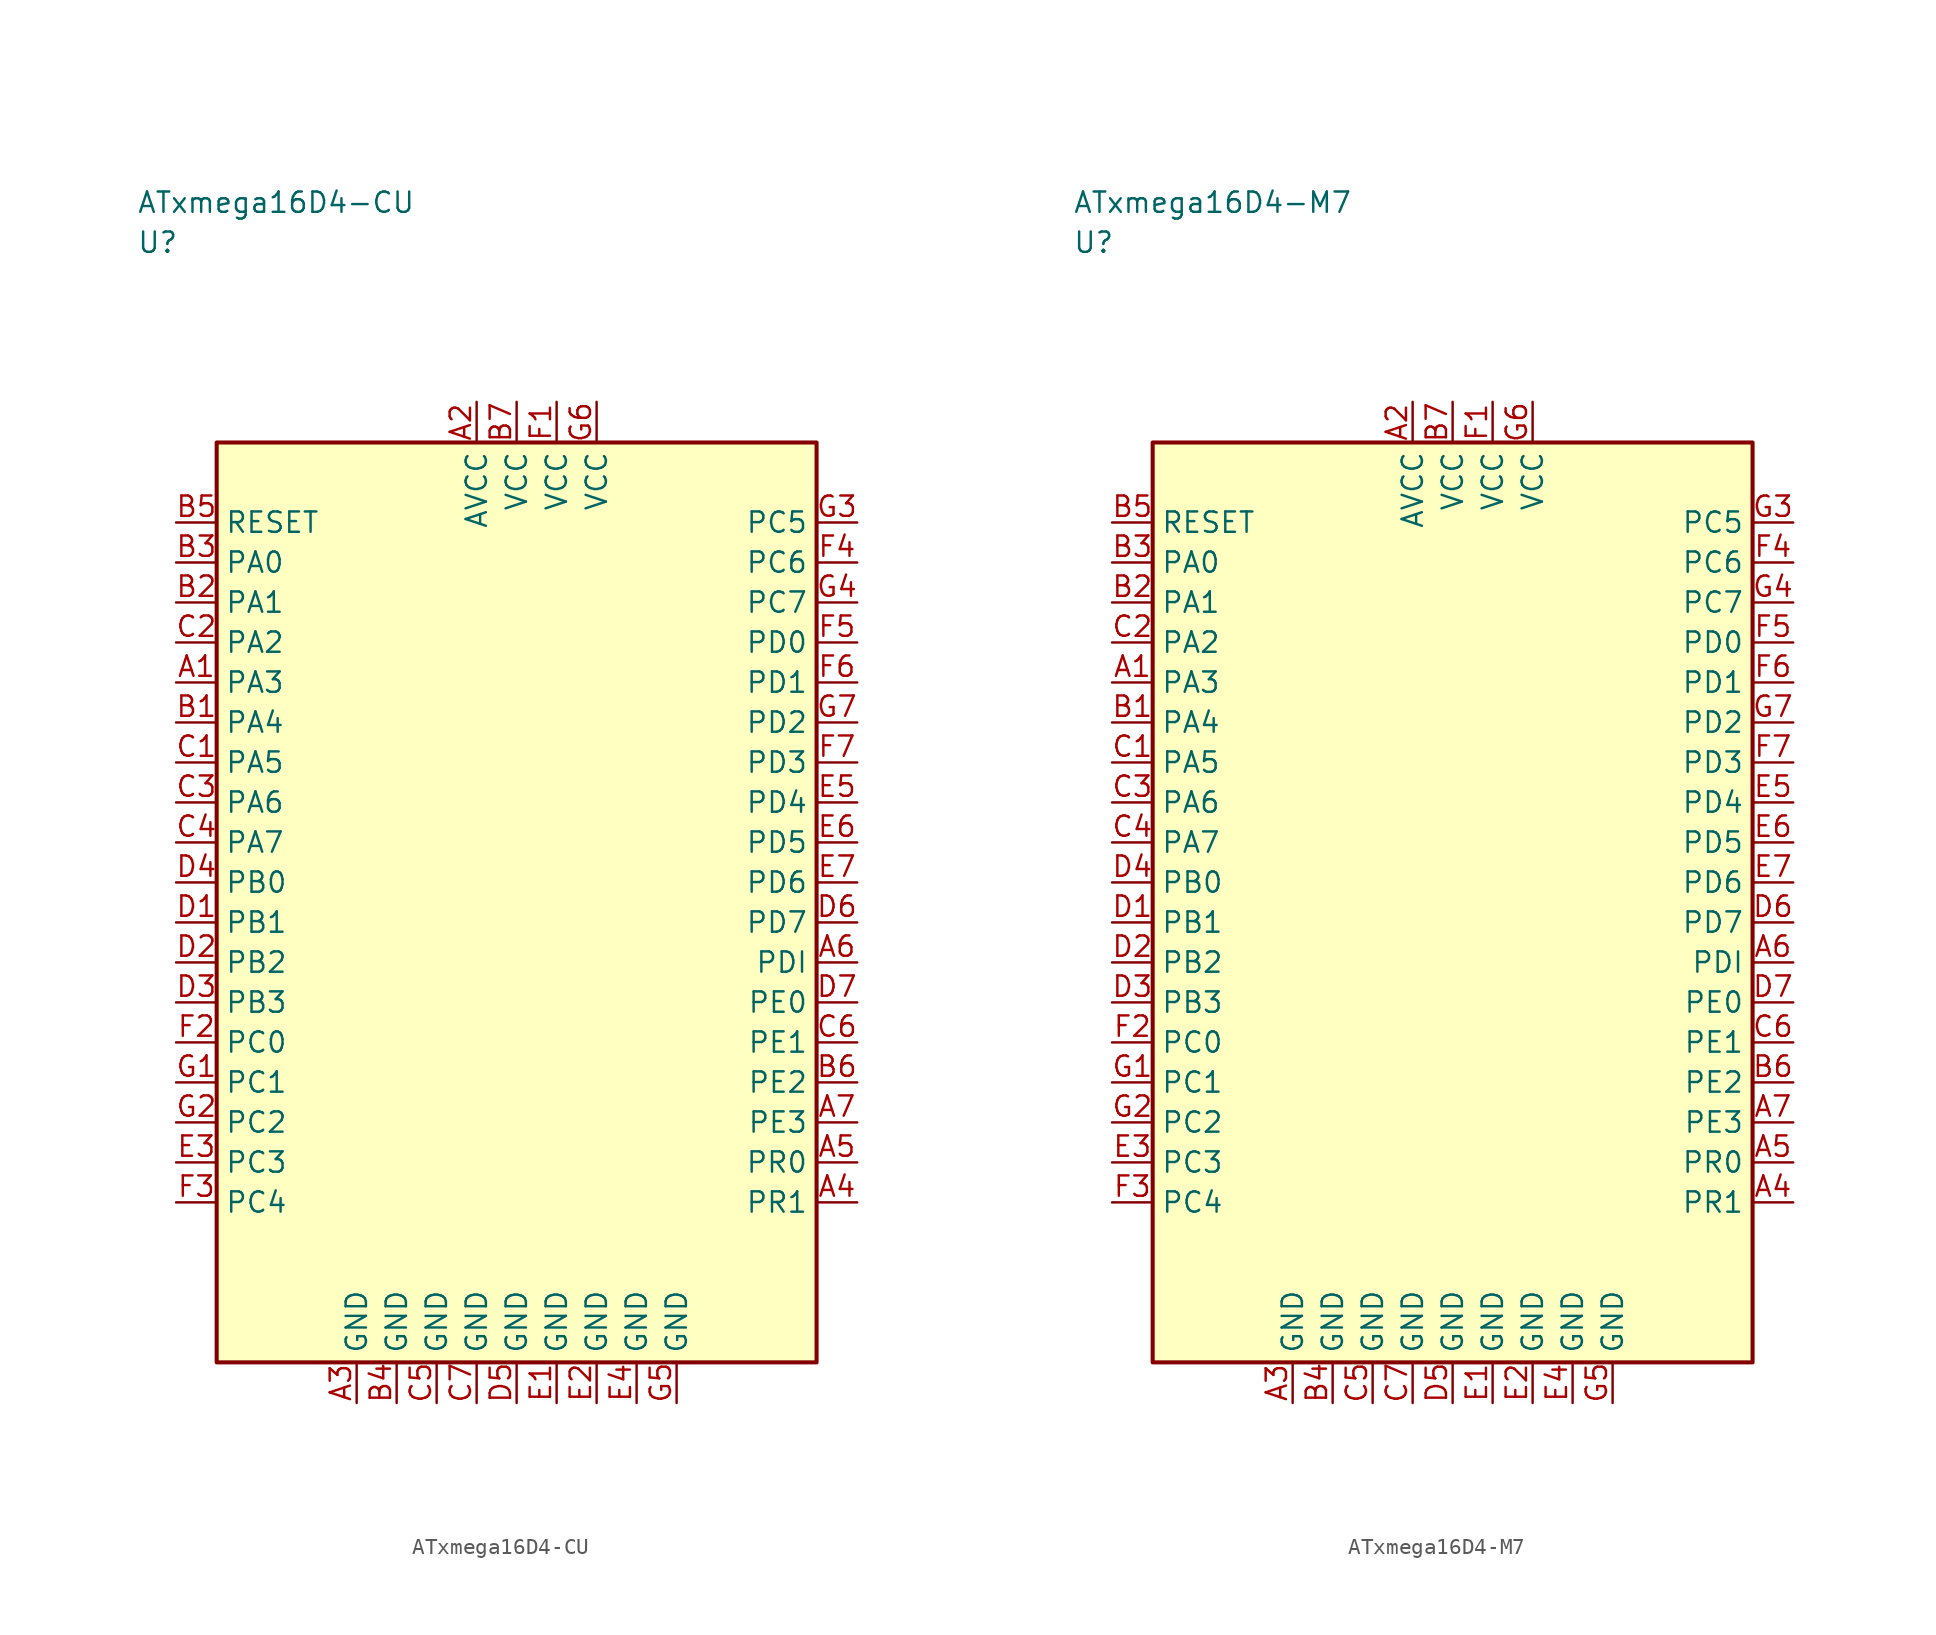
<source format=kicad_sym>
(kicad_symbol_lib
  (version 20241025)
  (generator "kicad_symbol_editor")
  (generator_version "8.0")
  (symbol "ATxmega16D4-CU"
    (property "Reference" "U"
      (at -23.75 41.25 0)
      (effects (font (size 1.27 1.27)) (justify left)))
    (property "Value" "ATxmega16D4-CU"
      (at -23.75 43.75 0)
      (effects (font (size 1.27 1.27)) (justify left)))
    (symbol "ATxmega16D4-CU_0_1"
      (rectangle (start -18.75 28.75) (end 18.75 -28.75) (stroke (width 0.254) (type default)) (fill (type background))))
    (symbol "ATxmega16D4-CU_1_1"
      (pin bidirectional line (at -21.29 13.75 0.0) (length 2.54) (name "PA3" (effects (font (size 1.27 1.27)))) (number "A1" (effects (font (size 1.27 1.27)))))
      (pin power_in line (at -2.5 31.29 270.0) (length 2.54) (name "AVCC" (effects (font (size 1.27 1.27)))) (number "A2" (effects (font (size 1.27 1.27)))))
      (pin passive line (at -10.0 -31.29 90.0) (length 2.54) (name "GND" (effects (font (size 1.27 1.27)))) (number "A3" (effects (font (size 1.27 1.27)))))
      (pin bidirectional line (at 21.29 -18.75 180.0) (length 2.54) (name "PR1" (effects (font (size 1.27 1.27)))) (number "A4" (effects (font (size 1.27 1.27)))))
      (pin bidirectional line (at 21.29 -16.25 180.0) (length 2.54) (name "PR0" (effects (font (size 1.27 1.27)))) (number "A5" (effects (font (size 1.27 1.27)))))
      (pin bidirectional line (at 21.29 -3.75 180.0) (length 2.54) (name "PDI" (effects (font (size 1.27 1.27)))) (number "A6" (effects (font (size 1.27 1.27)))))
      (pin bidirectional line (at 21.29 -13.75 180.0) (length 2.54) (name "PE3" (effects (font (size 1.27 1.27)))) (number "A7" (effects (font (size 1.27 1.27)))))
      (pin bidirectional line (at -21.29 11.25 0.0) (length 2.54) (name "PA4" (effects (font (size 1.27 1.27)))) (number "B1" (effects (font (size 1.27 1.27)))))
      (pin bidirectional line (at -21.29 18.75 0.0) (length 2.54) (name "PA1" (effects (font (size 1.27 1.27)))) (number "B2" (effects (font (size 1.27 1.27)))))
      (pin bidirectional line (at -21.29 21.25 0.0) (length 2.54) (name "PA0" (effects (font (size 1.27 1.27)))) (number "B3" (effects (font (size 1.27 1.27)))))
      (pin passive line (at -7.5 -31.29 90.0) (length 2.54) (name "GND" (effects (font (size 1.27 1.27)))) (number "B4" (effects (font (size 1.27 1.27)))))
      (pin input line (at -21.29 23.75 0.0) (length 2.54) (name "RESET" (effects (font (size 1.27 1.27)))) (number "B5" (effects (font (size 1.27 1.27)))))
      (pin bidirectional line (at 21.29 -11.25 180.0) (length 2.54) (name "PE2" (effects (font (size 1.27 1.27)))) (number "B6" (effects (font (size 1.27 1.27)))))
      (pin power_in line (at 0.0 31.29 270.0) (length 2.54) (name "VCC" (effects (font (size 1.27 1.27)))) (number "B7" (effects (font (size 1.27 1.27)))))
      (pin bidirectional line (at -21.29 8.75 0.0) (length 2.54) (name "PA5" (effects (font (size 1.27 1.27)))) (number "C1" (effects (font (size 1.27 1.27)))))
      (pin bidirectional line (at -21.29 16.25 0.0) (length 2.54) (name "PA2" (effects (font (size 1.27 1.27)))) (number "C2" (effects (font (size 1.27 1.27)))))
      (pin bidirectional line (at -21.29 6.25 0.0) (length 2.54) (name "PA6" (effects (font (size 1.27 1.27)))) (number "C3" (effects (font (size 1.27 1.27)))))
      (pin bidirectional line (at -21.29 3.75 0.0) (length 2.54) (name "PA7" (effects (font (size 1.27 1.27)))) (number "C4" (effects (font (size 1.27 1.27)))))
      (pin passive line (at -5.0 -31.29 90.0) (length 2.54) (name "GND" (effects (font (size 1.27 1.27)))) (number "C5" (effects (font (size 1.27 1.27)))))
      (pin bidirectional line (at 21.29 -8.75 180.0) (length 2.54) (name "PE1" (effects (font (size 1.27 1.27)))) (number "C6" (effects (font (size 1.27 1.27)))))
      (pin passive line (at -2.5 -31.29 90.0) (length 2.54) (name "GND" (effects (font (size 1.27 1.27)))) (number "C7" (effects (font (size 1.27 1.27)))))
      (pin bidirectional line (at -21.29 -1.25 0.0) (length 2.54) (name "PB1" (effects (font (size 1.27 1.27)))) (number "D1" (effects (font (size 1.27 1.27)))))
      (pin bidirectional line (at -21.29 -3.75 0.0) (length 2.54) (name "PB2" (effects (font (size 1.27 1.27)))) (number "D2" (effects (font (size 1.27 1.27)))))
      (pin bidirectional line (at -21.29 -6.25 0.0) (length 2.54) (name "PB3" (effects (font (size 1.27 1.27)))) (number "D3" (effects (font (size 1.27 1.27)))))
      (pin bidirectional line (at -21.29 1.25 0.0) (length 2.54) (name "PB0" (effects (font (size 1.27 1.27)))) (number "D4" (effects (font (size 1.27 1.27)))))
      (pin passive line (at 0.0 -31.29 90.0) (length 2.54) (name "GND" (effects (font (size 1.27 1.27)))) (number "D5" (effects (font (size 1.27 1.27)))))
      (pin bidirectional line (at 21.29 -1.25 180.0) (length 2.54) (name "PD7" (effects (font (size 1.27 1.27)))) (number "D6" (effects (font (size 1.27 1.27)))))
      (pin bidirectional line (at 21.29 -6.25 180.0) (length 2.54) (name "PE0" (effects (font (size 1.27 1.27)))) (number "D7" (effects (font (size 1.27 1.27)))))
      (pin passive line (at 2.5 -31.29 90.0) (length 2.54) (name "GND" (effects (font (size 1.27 1.27)))) (number "E1" (effects (font (size 1.27 1.27)))))
      (pin passive line (at 5.0 -31.29 90.0) (length 2.54) (name "GND" (effects (font (size 1.27 1.27)))) (number "E2" (effects (font (size 1.27 1.27)))))
      (pin bidirectional line (at -21.29 -16.25 0.0) (length 2.54) (name "PC3" (effects (font (size 1.27 1.27)))) (number "E3" (effects (font (size 1.27 1.27)))))
      (pin passive line (at 7.5 -31.29 90.0) (length 2.54) (name "GND" (effects (font (size 1.27 1.27)))) (number "E4" (effects (font (size 1.27 1.27)))))
      (pin bidirectional line (at 21.29 6.25 180.0) (length 2.54) (name "PD4" (effects (font (size 1.27 1.27)))) (number "E5" (effects (font (size 1.27 1.27)))))
      (pin bidirectional line (at 21.29 3.75 180.0) (length 2.54) (name "PD5" (effects (font (size 1.27 1.27)))) (number "E6" (effects (font (size 1.27 1.27)))))
      (pin bidirectional line (at 21.29 1.25 180.0) (length 2.54) (name "PD6" (effects (font (size 1.27 1.27)))) (number "E7" (effects (font (size 1.27 1.27)))))
      (pin power_in line (at 2.5 31.29 270.0) (length 2.54) (name "VCC" (effects (font (size 1.27 1.27)))) (number "F1" (effects (font (size 1.27 1.27)))))
      (pin bidirectional line (at -21.29 -8.75 0.0) (length 2.54) (name "PC0" (effects (font (size 1.27 1.27)))) (number "F2" (effects (font (size 1.27 1.27)))))
      (pin bidirectional line (at -21.29 -18.75 0.0) (length 2.54) (name "PC4" (effects (font (size 1.27 1.27)))) (number "F3" (effects (font (size 1.27 1.27)))))
      (pin bidirectional line (at 21.29 21.25 180.0) (length 2.54) (name "PC6" (effects (font (size 1.27 1.27)))) (number "F4" (effects (font (size 1.27 1.27)))))
      (pin bidirectional line (at 21.29 16.25 180.0) (length 2.54) (name "PD0" (effects (font (size 1.27 1.27)))) (number "F5" (effects (font (size 1.27 1.27)))))
      (pin bidirectional line (at 21.29 13.75 180.0) (length 2.54) (name "PD1" (effects (font (size 1.27 1.27)))) (number "F6" (effects (font (size 1.27 1.27)))))
      (pin bidirectional line (at 21.29 8.75 180.0) (length 2.54) (name "PD3" (effects (font (size 1.27 1.27)))) (number "F7" (effects (font (size 1.27 1.27)))))
      (pin bidirectional line (at -21.29 -11.25 0.0) (length 2.54) (name "PC1" (effects (font (size 1.27 1.27)))) (number "G1" (effects (font (size 1.27 1.27)))))
      (pin bidirectional line (at -21.29 -13.75 0.0) (length 2.54) (name "PC2" (effects (font (size 1.27 1.27)))) (number "G2" (effects (font (size 1.27 1.27)))))
      (pin bidirectional line (at 21.29 23.75 180.0) (length 2.54) (name "PC5" (effects (font (size 1.27 1.27)))) (number "G3" (effects (font (size 1.27 1.27)))))
      (pin bidirectional line (at 21.29 18.75 180.0) (length 2.54) (name "PC7" (effects (font (size 1.27 1.27)))) (number "G4" (effects (font (size 1.27 1.27)))))
      (pin passive line (at 10.0 -31.29 90.0) (length 2.54) (name "GND" (effects (font (size 1.27 1.27)))) (number "G5" (effects (font (size 1.27 1.27)))))
      (pin power_in line (at 5.0 31.29 270.0) (length 2.54) (name "VCC" (effects (font (size 1.27 1.27)))) (number "G6" (effects (font (size 1.27 1.27)))))
      (pin bidirectional line (at 21.29 11.25 180.0) (length 2.54) (name "PD2" (effects (font (size 1.27 1.27)))) (number "G7" (effects (font (size 1.27 1.27)))))))
  (symbol "ATxmega16D4-M7"
    (property "Reference" "U"
      (at -23.75 41.25 0)
      (effects (font (size 1.27 1.27)) (justify left)))
    (property "Value" "ATxmega16D4-M7"
      (at -23.75 43.75 0)
      (effects (font (size 1.27 1.27)) (justify left)))
    (symbol "ATxmega16D4-M7_0_1"
      (rectangle (start -18.75 28.75) (end 18.75 -28.75) (stroke (width 0.254) (type default)) (fill (type background))))
    (symbol "ATxmega16D4-M7_1_1"
      (pin bidirectional line (at -21.29 13.75 0.0) (length 2.54) (name "PA3" (effects (font (size 1.27 1.27)))) (number "A1" (effects (font (size 1.27 1.27)))))
      (pin power_in line (at -2.5 31.29 270.0) (length 2.54) (name "AVCC" (effects (font (size 1.27 1.27)))) (number "A2" (effects (font (size 1.27 1.27)))))
      (pin passive line (at -10.0 -31.29 90.0) (length 2.54) (name "GND" (effects (font (size 1.27 1.27)))) (number "A3" (effects (font (size 1.27 1.27)))))
      (pin bidirectional line (at 21.29 -18.75 180.0) (length 2.54) (name "PR1" (effects (font (size 1.27 1.27)))) (number "A4" (effects (font (size 1.27 1.27)))))
      (pin bidirectional line (at 21.29 -16.25 180.0) (length 2.54) (name "PR0" (effects (font (size 1.27 1.27)))) (number "A5" (effects (font (size 1.27 1.27)))))
      (pin bidirectional line (at 21.29 -3.75 180.0) (length 2.54) (name "PDI" (effects (font (size 1.27 1.27)))) (number "A6" (effects (font (size 1.27 1.27)))))
      (pin bidirectional line (at 21.29 -13.75 180.0) (length 2.54) (name "PE3" (effects (font (size 1.27 1.27)))) (number "A7" (effects (font (size 1.27 1.27)))))
      (pin bidirectional line (at -21.29 11.25 0.0) (length 2.54) (name "PA4" (effects (font (size 1.27 1.27)))) (number "B1" (effects (font (size 1.27 1.27)))))
      (pin bidirectional line (at -21.29 18.75 0.0) (length 2.54) (name "PA1" (effects (font (size 1.27 1.27)))) (number "B2" (effects (font (size 1.27 1.27)))))
      (pin bidirectional line (at -21.29 21.25 0.0) (length 2.54) (name "PA0" (effects (font (size 1.27 1.27)))) (number "B3" (effects (font (size 1.27 1.27)))))
      (pin passive line (at -7.5 -31.29 90.0) (length 2.54) (name "GND" (effects (font (size 1.27 1.27)))) (number "B4" (effects (font (size 1.27 1.27)))))
      (pin input line (at -21.29 23.75 0.0) (length 2.54) (name "RESET" (effects (font (size 1.27 1.27)))) (number "B5" (effects (font (size 1.27 1.27)))))
      (pin bidirectional line (at 21.29 -11.25 180.0) (length 2.54) (name "PE2" (effects (font (size 1.27 1.27)))) (number "B6" (effects (font (size 1.27 1.27)))))
      (pin power_in line (at 0.0 31.29 270.0) (length 2.54) (name "VCC" (effects (font (size 1.27 1.27)))) (number "B7" (effects (font (size 1.27 1.27)))))
      (pin bidirectional line (at -21.29 8.75 0.0) (length 2.54) (name "PA5" (effects (font (size 1.27 1.27)))) (number "C1" (effects (font (size 1.27 1.27)))))
      (pin bidirectional line (at -21.29 16.25 0.0) (length 2.54) (name "PA2" (effects (font (size 1.27 1.27)))) (number "C2" (effects (font (size 1.27 1.27)))))
      (pin bidirectional line (at -21.29 6.25 0.0) (length 2.54) (name "PA6" (effects (font (size 1.27 1.27)))) (number "C3" (effects (font (size 1.27 1.27)))))
      (pin bidirectional line (at -21.29 3.75 0.0) (length 2.54) (name "PA7" (effects (font (size 1.27 1.27)))) (number "C4" (effects (font (size 1.27 1.27)))))
      (pin passive line (at -5.0 -31.29 90.0) (length 2.54) (name "GND" (effects (font (size 1.27 1.27)))) (number "C5" (effects (font (size 1.27 1.27)))))
      (pin bidirectional line (at 21.29 -8.75 180.0) (length 2.54) (name "PE1" (effects (font (size 1.27 1.27)))) (number "C6" (effects (font (size 1.27 1.27)))))
      (pin passive line (at -2.5 -31.29 90.0) (length 2.54) (name "GND" (effects (font (size 1.27 1.27)))) (number "C7" (effects (font (size 1.27 1.27)))))
      (pin bidirectional line (at -21.29 -1.25 0.0) (length 2.54) (name "PB1" (effects (font (size 1.27 1.27)))) (number "D1" (effects (font (size 1.27 1.27)))))
      (pin bidirectional line (at -21.29 -3.75 0.0) (length 2.54) (name "PB2" (effects (font (size 1.27 1.27)))) (number "D2" (effects (font (size 1.27 1.27)))))
      (pin bidirectional line (at -21.29 -6.25 0.0) (length 2.54) (name "PB3" (effects (font (size 1.27 1.27)))) (number "D3" (effects (font (size 1.27 1.27)))))
      (pin bidirectional line (at -21.29 1.25 0.0) (length 2.54) (name "PB0" (effects (font (size 1.27 1.27)))) (number "D4" (effects (font (size 1.27 1.27)))))
      (pin passive line (at 0.0 -31.29 90.0) (length 2.54) (name "GND" (effects (font (size 1.27 1.27)))) (number "D5" (effects (font (size 1.27 1.27)))))
      (pin bidirectional line (at 21.29 -1.25 180.0) (length 2.54) (name "PD7" (effects (font (size 1.27 1.27)))) (number "D6" (effects (font (size 1.27 1.27)))))
      (pin bidirectional line (at 21.29 -6.25 180.0) (length 2.54) (name "PE0" (effects (font (size 1.27 1.27)))) (number "D7" (effects (font (size 1.27 1.27)))))
      (pin passive line (at 2.5 -31.29 90.0) (length 2.54) (name "GND" (effects (font (size 1.27 1.27)))) (number "E1" (effects (font (size 1.27 1.27)))))
      (pin passive line (at 5.0 -31.29 90.0) (length 2.54) (name "GND" (effects (font (size 1.27 1.27)))) (number "E2" (effects (font (size 1.27 1.27)))))
      (pin bidirectional line (at -21.29 -16.25 0.0) (length 2.54) (name "PC3" (effects (font (size 1.27 1.27)))) (number "E3" (effects (font (size 1.27 1.27)))))
      (pin passive line (at 7.5 -31.29 90.0) (length 2.54) (name "GND" (effects (font (size 1.27 1.27)))) (number "E4" (effects (font (size 1.27 1.27)))))
      (pin bidirectional line (at 21.29 6.25 180.0) (length 2.54) (name "PD4" (effects (font (size 1.27 1.27)))) (number "E5" (effects (font (size 1.27 1.27)))))
      (pin bidirectional line (at 21.29 3.75 180.0) (length 2.54) (name "PD5" (effects (font (size 1.27 1.27)))) (number "E6" (effects (font (size 1.27 1.27)))))
      (pin bidirectional line (at 21.29 1.25 180.0) (length 2.54) (name "PD6" (effects (font (size 1.27 1.27)))) (number "E7" (effects (font (size 1.27 1.27)))))
      (pin power_in line (at 2.5 31.29 270.0) (length 2.54) (name "VCC" (effects (font (size 1.27 1.27)))) (number "F1" (effects (font (size 1.27 1.27)))))
      (pin bidirectional line (at -21.29 -8.75 0.0) (length 2.54) (name "PC0" (effects (font (size 1.27 1.27)))) (number "F2" (effects (font (size 1.27 1.27)))))
      (pin bidirectional line (at -21.29 -18.75 0.0) (length 2.54) (name "PC4" (effects (font (size 1.27 1.27)))) (number "F3" (effects (font (size 1.27 1.27)))))
      (pin bidirectional line (at 21.29 21.25 180.0) (length 2.54) (name "PC6" (effects (font (size 1.27 1.27)))) (number "F4" (effects (font (size 1.27 1.27)))))
      (pin bidirectional line (at 21.29 16.25 180.0) (length 2.54) (name "PD0" (effects (font (size 1.27 1.27)))) (number "F5" (effects (font (size 1.27 1.27)))))
      (pin bidirectional line (at 21.29 13.75 180.0) (length 2.54) (name "PD1" (effects (font (size 1.27 1.27)))) (number "F6" (effects (font (size 1.27 1.27)))))
      (pin bidirectional line (at 21.29 8.75 180.0) (length 2.54) (name "PD3" (effects (font (size 1.27 1.27)))) (number "F7" (effects (font (size 1.27 1.27)))))
      (pin bidirectional line (at -21.29 -11.25 0.0) (length 2.54) (name "PC1" (effects (font (size 1.27 1.27)))) (number "G1" (effects (font (size 1.27 1.27)))))
      (pin bidirectional line (at -21.29 -13.75 0.0) (length 2.54) (name "PC2" (effects (font (size 1.27 1.27)))) (number "G2" (effects (font (size 1.27 1.27)))))
      (pin bidirectional line (at 21.29 23.75 180.0) (length 2.54) (name "PC5" (effects (font (size 1.27 1.27)))) (number "G3" (effects (font (size 1.27 1.27)))))
      (pin bidirectional line (at 21.29 18.75 180.0) (length 2.54) (name "PC7" (effects (font (size 1.27 1.27)))) (number "G4" (effects (font (size 1.27 1.27)))))
      (pin passive line (at 10.0 -31.29 90.0) (length 2.54) (name "GND" (effects (font (size 1.27 1.27)))) (number "G5" (effects (font (size 1.27 1.27)))))
      (pin power_in line (at 5.0 31.29 270.0) (length 2.54) (name "VCC" (effects (font (size 1.27 1.27)))) (number "G6" (effects (font (size 1.27 1.27)))))
      (pin bidirectional line (at 21.29 11.25 180.0) (length 2.54) (name "PD2" (effects (font (size 1.27 1.27)))) (number "G7" (effects (font (size 1.27 1.27))))))))
</source>
